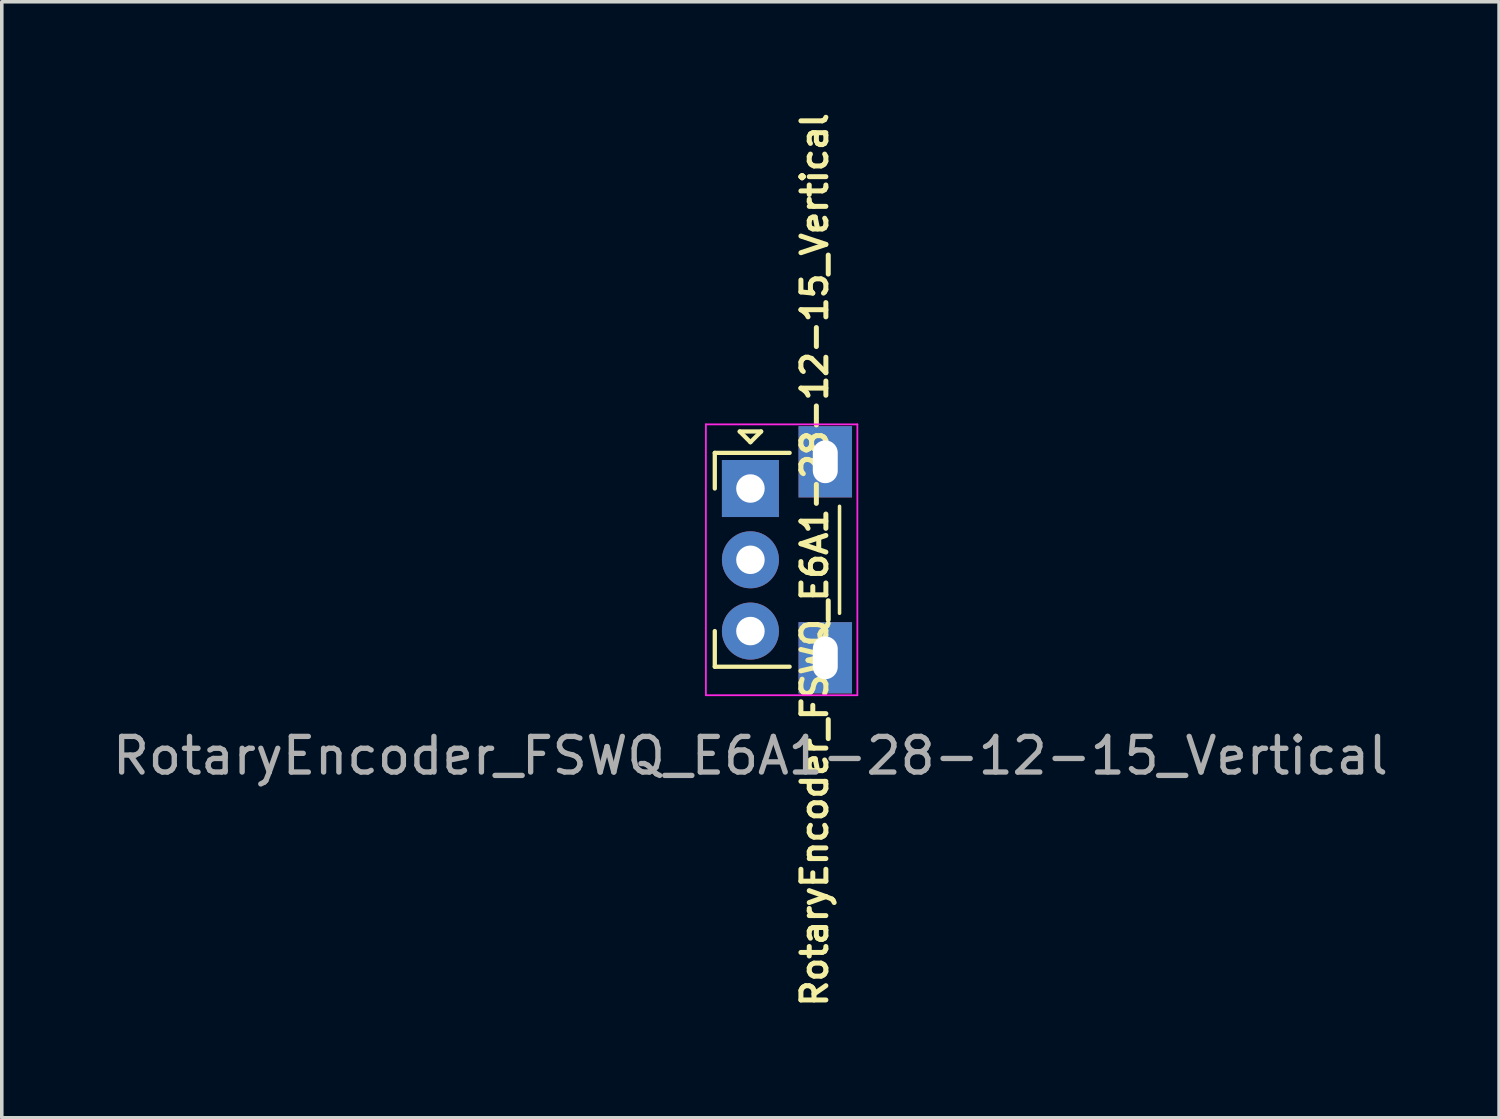
<source format=kicad_pcb>
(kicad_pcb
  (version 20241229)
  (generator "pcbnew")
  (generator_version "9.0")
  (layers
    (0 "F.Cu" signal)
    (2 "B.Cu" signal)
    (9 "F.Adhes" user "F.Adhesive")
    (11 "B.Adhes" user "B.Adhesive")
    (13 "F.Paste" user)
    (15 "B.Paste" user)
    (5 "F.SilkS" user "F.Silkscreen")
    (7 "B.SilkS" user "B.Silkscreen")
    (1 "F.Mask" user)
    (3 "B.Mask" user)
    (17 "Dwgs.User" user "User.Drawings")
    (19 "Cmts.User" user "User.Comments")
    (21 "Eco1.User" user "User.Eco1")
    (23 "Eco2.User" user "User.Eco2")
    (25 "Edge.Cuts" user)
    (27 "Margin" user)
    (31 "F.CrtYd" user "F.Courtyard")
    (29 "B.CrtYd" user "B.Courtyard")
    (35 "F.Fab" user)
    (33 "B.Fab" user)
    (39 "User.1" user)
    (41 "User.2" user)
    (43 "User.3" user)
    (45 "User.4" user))
  (footprint "RotaryEncoder_FSWQ_E6A1-28-12-15_Vertical"
    (layer "F.Cu")
    (at 18.006 10.657)
    (property "Reference" "RotaryEncoder_FSWQ_E6A1-28-12-15_Vertical" (at 1.8 2 90) (layer "F.SilkS") (effects (font (size 0.7 0.7) (thickness 0.14) (bold yes))))
    (attr through_hole)
    (fp_line (start -1 -1) (end -1 0) (stroke (width 0.12) (type solid)) (layer "F.SilkS"))
    (fp_line (start -1 5) (end -1 4) (stroke (width 0.12) (type solid)) (layer "F.SilkS"))
    (fp_line (start -0.3 -1.6) (end 0.3 -1.6) (stroke (width 0.12) (type solid)) (layer "F.SilkS"))
    (fp_line (start 0 -1.3) (end -0.3 -1.6) (stroke (width 0.12) (type solid)) (layer "F.SilkS"))
    (fp_line (start 0.3 -1.6) (end 0 -1.3) (stroke (width 0.12) (type solid)) (layer "F.SilkS"))
    (fp_line (start 1.1 -1) (end -1 -1) (stroke (width 0.12) (type solid)) (layer "F.SilkS"))
    (fp_line (start 1.1 5) (end -1 5) (stroke (width 0.12) (type solid)) (layer "F.SilkS"))
    (fp_line (start 2.5 3.5) (end 2.5 0.5) (stroke (width 0.1) (type default)) (layer "F.SilkS"))
    (fp_line (start -1.25 -1.8) (end -1.25 5.8) (stroke (width 0.05) (type solid)) (layer "F.CrtYd"))
    (fp_line (start -1.25 -1.8) (end 3 -1.8) (stroke (width 0.05) (type solid)) (layer "F.CrtYd"))
    (fp_line (start 3 5.8) (end -1.25 5.8) (stroke (width 0.05) (type solid)) (layer "F.CrtYd"))
    (fp_line (start 3 5.8) (end 3 -1.8) (stroke (width 0.05) (type solid)) (layer "F.CrtYd"))
    (fp_text user "${REFERENCE}" (at 0 7.5 0) (layer "F.Fab") (effects (font (size 1 1) (thickness 0.15))))
    (pad "A" thru_hole rect (at 0 0) (size 1.6 1.6) (drill 0.8) (layers "*.Cu" "*.Mask"))
    (pad "B" thru_hole circle (at 0 4) (size 1.6 1.6) (drill 0.8) (layers "*.Cu" "*.Mask"))
    (pad "C" thru_hole circle (at 0 2 90) (size 1.6 1.6) (drill 0.8) (layers "*.Cu" "*.Mask"))
    (pad "MP" thru_hole rect (at 2.1 -0.75 90) (size 2 1.5) (drill oval 1.2 0.7) (layers "*.Cu" "*.Mask"))
    (pad "MP" thru_hole rect (at 2.1 4.75 90) (size 2 1.5) (drill oval 1.2 0.7) (layers "*.Cu" "*.Mask")))
  (gr_rect
    (start -3 -3)
    (end 39.012 28.313)
    (stroke (width 0.1) (type default))
    (fill no)
    (layer "Edge.Cuts")))
</source>
